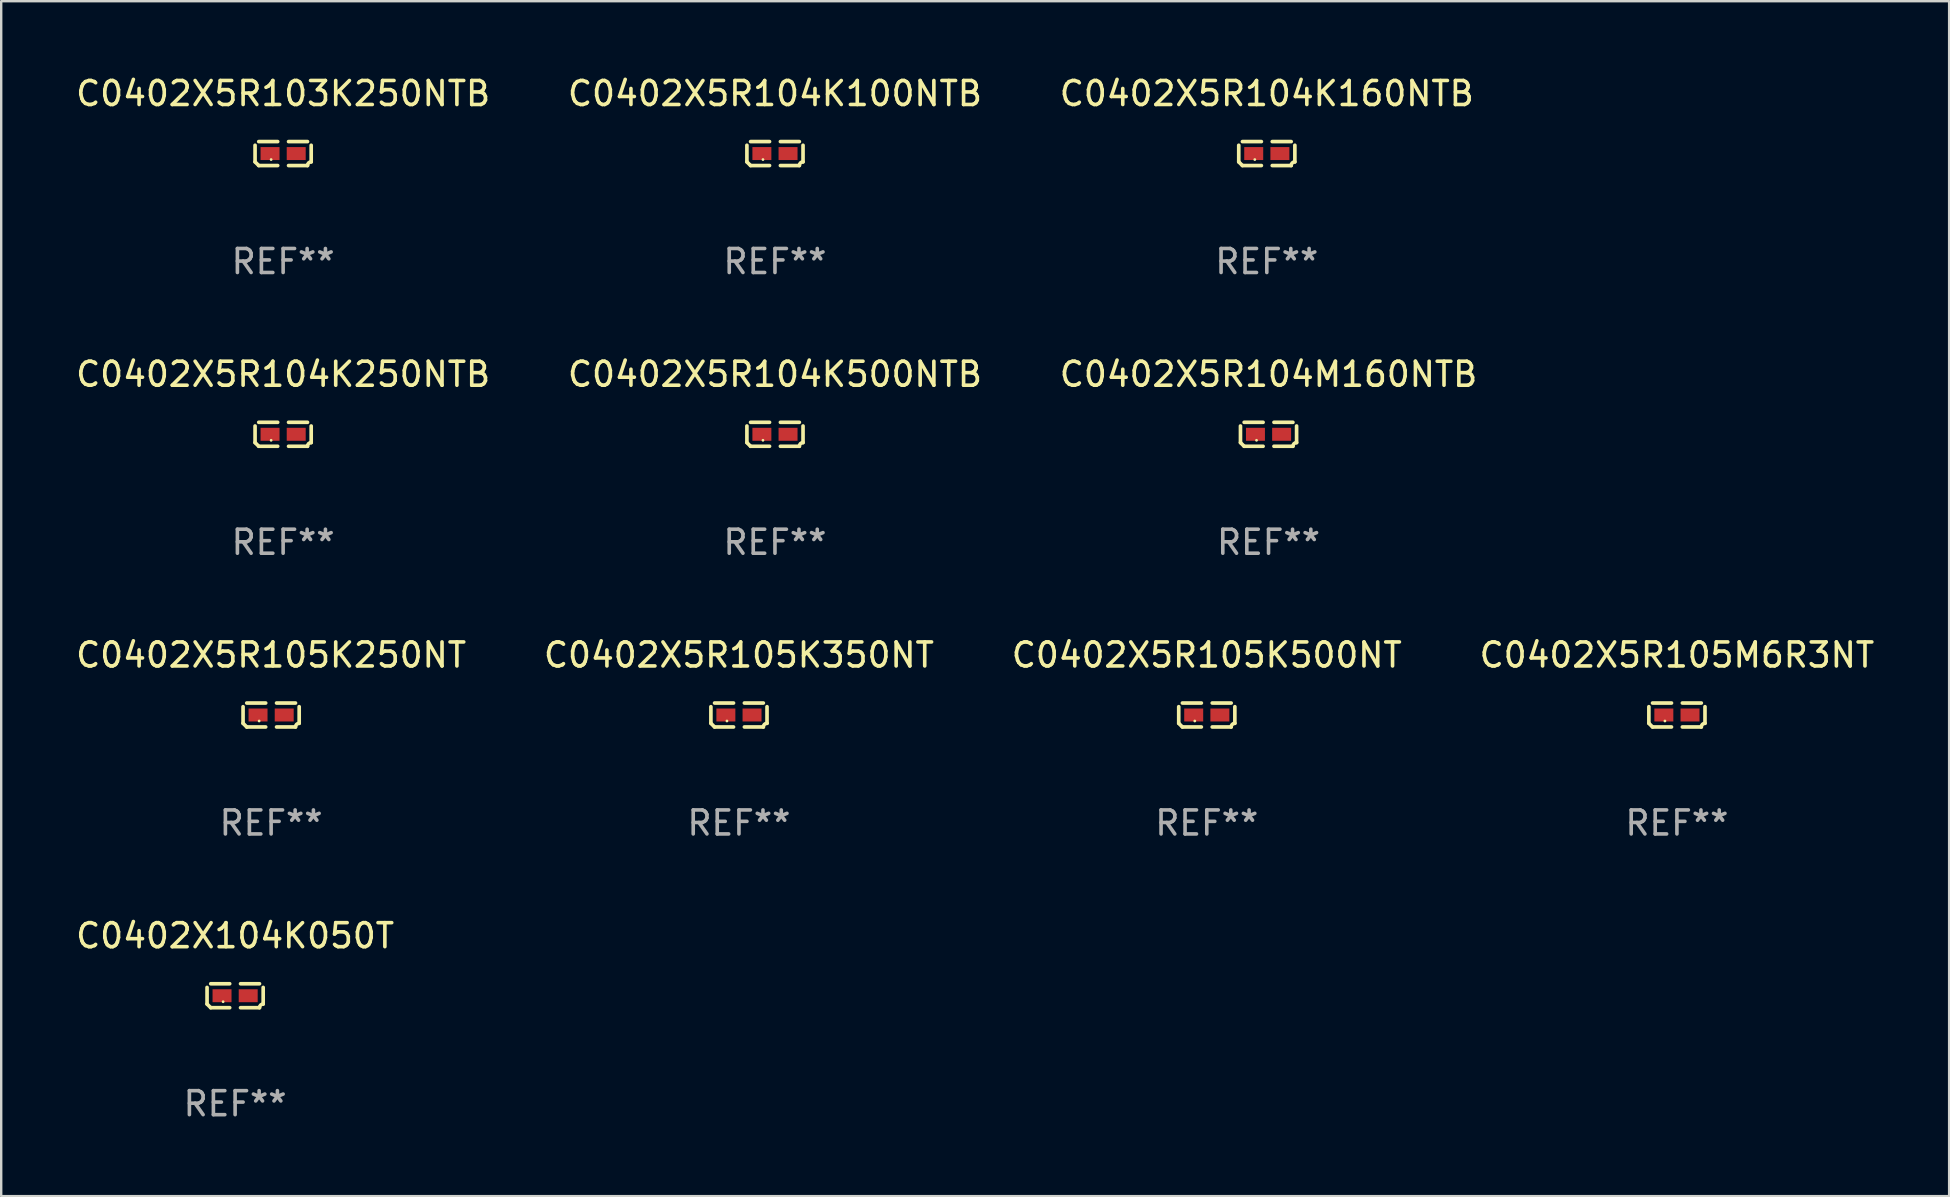
<source format=kicad_pcb>
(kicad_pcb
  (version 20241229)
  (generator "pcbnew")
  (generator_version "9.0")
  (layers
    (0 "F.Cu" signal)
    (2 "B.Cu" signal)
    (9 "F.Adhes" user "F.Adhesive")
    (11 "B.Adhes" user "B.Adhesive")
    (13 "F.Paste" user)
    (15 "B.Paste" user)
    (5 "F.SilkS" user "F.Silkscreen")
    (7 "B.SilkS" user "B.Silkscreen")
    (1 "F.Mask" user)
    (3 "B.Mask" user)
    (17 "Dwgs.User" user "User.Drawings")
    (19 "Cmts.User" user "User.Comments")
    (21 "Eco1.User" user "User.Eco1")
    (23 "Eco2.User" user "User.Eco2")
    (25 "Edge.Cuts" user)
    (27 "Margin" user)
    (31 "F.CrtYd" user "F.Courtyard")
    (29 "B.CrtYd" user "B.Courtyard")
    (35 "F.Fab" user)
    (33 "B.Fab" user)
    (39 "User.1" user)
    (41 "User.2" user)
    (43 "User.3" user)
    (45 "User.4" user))
  (footprint "C0402X104K050T"
    (layer "F.Cu")
    (at 6.744 38.428)
    (property "Reference" "C0402X104K050T" (at 0 -2.499 0) (layer "F.SilkS") (effects (font (size 1 1) (thickness 0.15))))
    (attr through_hole)
    (fp_line (start -1.169 0.346) (end -1.169 -0.346) (stroke (width 0.152) (type solid)) (layer "F.SilkS"))
    (fp_line (start -1.016 -0.499) (end -0.226 -0.499) (stroke (width 0.152) (type solid)) (layer "F.SilkS"))
    (fp_line (start -0.226 0.499) (end -1.016 0.499) (stroke (width 0.152) (type solid)) (layer "F.SilkS"))
    (fp_line (start 0.226 0.499) (end 1.016 0.499) (stroke (width 0.152) (type solid)) (layer "F.SilkS"))
    (fp_line (start 1.016 -0.499) (end 0.226 -0.499) (stroke (width 0.152) (type solid)) (layer "F.SilkS"))
    (fp_line (start 1.169 0.346) (end 1.169 -0.346) (stroke (width 0.152) (type solid)) (layer "F.SilkS"))
    (fp_arc (start -1.016307 0.498603) (mid -1.092512 0.422405) (end -1.16871 0.3462) (stroke (width 0.1524) (type solid)) (layer "F.SilkS"))
    (fp_arc (start 1.016307 0.498603) (mid 1.060899 0.390758) (end 1.168707 0.346076) (stroke (width 0.1524) (type solid)) (layer "F.SilkS"))
    (fp_circle (center -0.5 0.25) (end -0.47 0.25) (stroke (width 0.06) (type solid)) (fill no) (layer "F.SilkS"))
    (fp_text user "REF**" (at 0 4.499 0) (layer "F.Fab") (effects (font (size 1 1) (thickness 0.15))))
    (pad "1" smd rect (at -0.545 0) (size 0.79 0.54) (layers "F.Cu" "F.Mask" "F.Paste"))
    (pad "2" smd rect (at 0.545 0) (size 0.79 0.54) (layers "F.Cu" "F.Mask" "F.Paste")))
  (footprint "C0402X5R104K100NTB"
    (layer "F.Cu")
    (at 29.232 3.347)
    (property "Reference" "C0402X5R104K100NTB" (at 0 -2.499 0) (layer "F.SilkS") (effects (font (size 1 1) (thickness 0.15))))
    (attr through_hole)
    (fp_line (start -1.169 0.346) (end -1.169 -0.346) (stroke (width 0.152) (type solid)) (layer "F.SilkS"))
    (fp_line (start -1.016 -0.499) (end -0.226 -0.499) (stroke (width 0.152) (type solid)) (layer "F.SilkS"))
    (fp_line (start -0.226 0.499) (end -1.016 0.499) (stroke (width 0.152) (type solid)) (layer "F.SilkS"))
    (fp_line (start 0.226 0.499) (end 1.016 0.499) (stroke (width 0.152) (type solid)) (layer "F.SilkS"))
    (fp_line (start 1.016 -0.499) (end 0.226 -0.499) (stroke (width 0.152) (type solid)) (layer "F.SilkS"))
    (fp_line (start 1.169 0.346) (end 1.169 -0.346) (stroke (width 0.152) (type solid)) (layer "F.SilkS"))
    (fp_arc (start -1.016307 0.498603) (mid -1.092512 0.422405) (end -1.16871 0.3462) (stroke (width 0.1524) (type solid)) (layer "F.SilkS"))
    (fp_arc (start 1.016307 0.498603) (mid 1.060899 0.390758) (end 1.168707 0.346076) (stroke (width 0.1524) (type solid)) (layer "F.SilkS"))
    (fp_circle (center -0.5 0.25) (end -0.47 0.25) (stroke (width 0.06) (type solid)) (fill no) (layer "F.SilkS"))
    (fp_text user "REF**" (at 0 4.499 0) (layer "F.Fab") (effects (font (size 1 1) (thickness 0.15))))
    (pad "1" smd rect (at -0.545 0) (size 0.79 0.54) (layers "F.Cu" "F.Mask" "F.Paste"))
    (pad "2" smd rect (at 0.545 0) (size 0.79 0.54) (layers "F.Cu" "F.Mask" "F.Paste")))
  (footprint "C0402X5R105K500NT"
    (layer "F.Cu")
    (at 47.22 26.734)
    (property "Reference" "C0402X5R105K500NT" (at 0 -2.499 0) (layer "F.SilkS") (effects (font (size 1 1) (thickness 0.15))))
    (attr through_hole)
    (fp_line (start -1.169 0.346) (end -1.169 -0.346) (stroke (width 0.152) (type solid)) (layer "F.SilkS"))
    (fp_line (start -1.016 -0.499) (end -0.226 -0.499) (stroke (width 0.152) (type solid)) (layer "F.SilkS"))
    (fp_line (start -0.226 0.499) (end -1.016 0.499) (stroke (width 0.152) (type solid)) (layer "F.SilkS"))
    (fp_line (start 0.226 0.499) (end 1.016 0.499) (stroke (width 0.152) (type solid)) (layer "F.SilkS"))
    (fp_line (start 1.016 -0.499) (end 0.226 -0.499) (stroke (width 0.152) (type solid)) (layer "F.SilkS"))
    (fp_line (start 1.169 0.346) (end 1.169 -0.346) (stroke (width 0.152) (type solid)) (layer "F.SilkS"))
    (fp_arc (start -1.016307 0.498603) (mid -1.092512 0.422405) (end -1.16871 0.3462) (stroke (width 0.1524) (type solid)) (layer "F.SilkS"))
    (fp_arc (start 1.016307 0.498603) (mid 1.060899 0.390758) (end 1.168707 0.346076) (stroke (width 0.1524) (type solid)) (layer "F.SilkS"))
    (fp_circle (center -0.5 0.25) (end -0.47 0.25) (stroke (width 0.06) (type solid)) (fill no) (layer "F.SilkS"))
    (fp_text user "REF**" (at 0 4.499 0) (layer "F.Fab") (effects (font (size 1 1) (thickness 0.15))))
    (pad "1" smd rect (at -0.545 0) (size 0.79 0.54) (layers "F.Cu" "F.Mask" "F.Paste"))
    (pad "2" smd rect (at 0.545 0) (size 0.79 0.54) (layers "F.Cu" "F.Mask" "F.Paste")))
  (footprint "C0402X5R103K250NTB"
    (layer "F.Cu")
    (at 8.744 3.347)
    (property "Reference" "C0402X5R103K250NTB" (at 0 -2.499 0) (layer "F.SilkS") (effects (font (size 1 1) (thickness 0.15))))
    (attr through_hole)
    (fp_line (start -1.169 0.346) (end -1.169 -0.346) (stroke (width 0.152) (type solid)) (layer "F.SilkS"))
    (fp_line (start -1.016 -0.499) (end -0.226 -0.499) (stroke (width 0.152) (type solid)) (layer "F.SilkS"))
    (fp_line (start -0.226 0.499) (end -1.016 0.499) (stroke (width 0.152) (type solid)) (layer "F.SilkS"))
    (fp_line (start 0.226 0.499) (end 1.016 0.499) (stroke (width 0.152) (type solid)) (layer "F.SilkS"))
    (fp_line (start 1.016 -0.499) (end 0.226 -0.499) (stroke (width 0.152) (type solid)) (layer "F.SilkS"))
    (fp_line (start 1.169 0.346) (end 1.169 -0.346) (stroke (width 0.152) (type solid)) (layer "F.SilkS"))
    (fp_arc (start -1.016307 0.498603) (mid -1.092512 0.422405) (end -1.16871 0.3462) (stroke (width 0.1524) (type solid)) (layer "F.SilkS"))
    (fp_arc (start 1.016307 0.498603) (mid 1.060899 0.390758) (end 1.168707 0.346076) (stroke (width 0.1524) (type solid)) (layer "F.SilkS"))
    (fp_circle (center -0.5 0.25) (end -0.47 0.25) (stroke (width 0.06) (type solid)) (fill no) (layer "F.SilkS"))
    (fp_text user "REF**" (at 0 4.499 0) (layer "F.Fab") (effects (font (size 1 1) (thickness 0.15))))
    (pad "1" smd rect (at -0.545 0) (size 0.79 0.54) (layers "F.Cu" "F.Mask" "F.Paste"))
    (pad "2" smd rect (at 0.545 0) (size 0.79 0.54) (layers "F.Cu" "F.Mask" "F.Paste")))
  (footprint "C0402X5R104K160NTB"
    (layer "F.Cu")
    (at 49.72 3.347)
    (property "Reference" "C0402X5R104K160NTB" (at 0 -2.499 0) (layer "F.SilkS") (effects (font (size 1 1) (thickness 0.15))))
    (attr through_hole)
    (fp_line (start -1.169 0.346) (end -1.169 -0.346) (stroke (width 0.152) (type solid)) (layer "F.SilkS"))
    (fp_line (start -1.016 -0.499) (end -0.226 -0.499) (stroke (width 0.152) (type solid)) (layer "F.SilkS"))
    (fp_line (start -0.226 0.499) (end -1.016 0.499) (stroke (width 0.152) (type solid)) (layer "F.SilkS"))
    (fp_line (start 0.226 0.499) (end 1.016 0.499) (stroke (width 0.152) (type solid)) (layer "F.SilkS"))
    (fp_line (start 1.016 -0.499) (end 0.226 -0.499) (stroke (width 0.152) (type solid)) (layer "F.SilkS"))
    (fp_line (start 1.169 0.346) (end 1.169 -0.346) (stroke (width 0.152) (type solid)) (layer "F.SilkS"))
    (fp_arc (start -1.016307 0.498603) (mid -1.092512 0.422405) (end -1.16871 0.3462) (stroke (width 0.1524) (type solid)) (layer "F.SilkS"))
    (fp_arc (start 1.016307 0.498603) (mid 1.060899 0.390758) (end 1.168707 0.346076) (stroke (width 0.1524) (type solid)) (layer "F.SilkS"))
    (fp_circle (center -0.5 0.25) (end -0.47 0.25) (stroke (width 0.06) (type solid)) (fill no) (layer "F.SilkS"))
    (fp_text user "REF**" (at 0 4.499 0) (layer "F.Fab") (effects (font (size 1 1) (thickness 0.15))))
    (pad "1" smd rect (at -0.545 0) (size 0.79 0.54) (layers "F.Cu" "F.Mask" "F.Paste"))
    (pad "2" smd rect (at 0.545 0) (size 0.79 0.54) (layers "F.Cu" "F.Mask" "F.Paste")))
  (footprint "C0402X5R105K250NT"
    (layer "F.Cu")
    (at 8.244 26.734)
    (property "Reference" "C0402X5R105K250NT" (at 0 -2.499 0) (layer "F.SilkS") (effects (font (size 1 1) (thickness 0.15))))
    (attr through_hole)
    (fp_line (start -1.169 0.346) (end -1.169 -0.346) (stroke (width 0.152) (type solid)) (layer "F.SilkS"))
    (fp_line (start -1.016 -0.499) (end -0.226 -0.499) (stroke (width 0.152) (type solid)) (layer "F.SilkS"))
    (fp_line (start -0.226 0.499) (end -1.016 0.499) (stroke (width 0.152) (type solid)) (layer "F.SilkS"))
    (fp_line (start 0.226 0.499) (end 1.016 0.499) (stroke (width 0.152) (type solid)) (layer "F.SilkS"))
    (fp_line (start 1.016 -0.499) (end 0.226 -0.499) (stroke (width 0.152) (type solid)) (layer "F.SilkS"))
    (fp_line (start 1.169 0.346) (end 1.169 -0.346) (stroke (width 0.152) (type solid)) (layer "F.SilkS"))
    (fp_arc (start -1.016307 0.498603) (mid -1.092512 0.422405) (end -1.16871 0.3462) (stroke (width 0.1524) (type solid)) (layer "F.SilkS"))
    (fp_arc (start 1.016307 0.498603) (mid 1.060899 0.390758) (end 1.168707 0.346076) (stroke (width 0.1524) (type solid)) (layer "F.SilkS"))
    (fp_circle (center -0.5 0.25) (end -0.47 0.25) (stroke (width 0.06) (type solid)) (fill no) (layer "F.SilkS"))
    (fp_text user "REF**" (at 0 4.499 0) (layer "F.Fab") (effects (font (size 1 1) (thickness 0.15))))
    (pad "1" smd rect (at -0.545 0) (size 0.79 0.54) (layers "F.Cu" "F.Mask" "F.Paste"))
    (pad "2" smd rect (at 0.545 0) (size 0.79 0.54) (layers "F.Cu" "F.Mask" "F.Paste")))
  (footprint "C0402X5R104K500NTB"
    (layer "F.Cu")
    (at 29.232 15.041)
    (property "Reference" "C0402X5R104K500NTB" (at 0 -2.499 0) (layer "F.SilkS") (effects (font (size 1 1) (thickness 0.15))))
    (attr through_hole)
    (fp_line (start -1.169 0.346) (end -1.169 -0.346) (stroke (width 0.152) (type solid)) (layer "F.SilkS"))
    (fp_line (start -1.016 -0.499) (end -0.226 -0.499) (stroke (width 0.152) (type solid)) (layer "F.SilkS"))
    (fp_line (start -0.226 0.499) (end -1.016 0.499) (stroke (width 0.152) (type solid)) (layer "F.SilkS"))
    (fp_line (start 0.226 0.499) (end 1.016 0.499) (stroke (width 0.152) (type solid)) (layer "F.SilkS"))
    (fp_line (start 1.016 -0.499) (end 0.226 -0.499) (stroke (width 0.152) (type solid)) (layer "F.SilkS"))
    (fp_line (start 1.169 0.346) (end 1.169 -0.346) (stroke (width 0.152) (type solid)) (layer "F.SilkS"))
    (fp_arc (start -1.016307 0.498603) (mid -1.092512 0.422405) (end -1.16871 0.3462) (stroke (width 0.1524) (type solid)) (layer "F.SilkS"))
    (fp_arc (start 1.016307 0.498603) (mid 1.060899 0.390758) (end 1.168707 0.346076) (stroke (width 0.1524) (type solid)) (layer "F.SilkS"))
    (fp_circle (center -0.5 0.25) (end -0.47 0.25) (stroke (width 0.06) (type solid)) (fill no) (layer "F.SilkS"))
    (fp_text user "REF**" (at 0 4.499 0) (layer "F.Fab") (effects (font (size 1 1) (thickness 0.15))))
    (pad "1" smd rect (at -0.545 0) (size 0.79 0.54) (layers "F.Cu" "F.Mask" "F.Paste"))
    (pad "2" smd rect (at 0.545 0) (size 0.79 0.54) (layers "F.Cu" "F.Mask" "F.Paste")))
  (footprint "C0402X5R105K350NT"
    (layer "F.Cu")
    (at 27.732 26.734)
    (property "Reference" "C0402X5R105K350NT" (at 0 -2.499 0) (layer "F.SilkS") (effects (font (size 1 1) (thickness 0.15))))
    (attr through_hole)
    (fp_line (start -1.169 0.346) (end -1.169 -0.346) (stroke (width 0.152) (type solid)) (layer "F.SilkS"))
    (fp_line (start -1.016 -0.499) (end -0.226 -0.499) (stroke (width 0.152) (type solid)) (layer "F.SilkS"))
    (fp_line (start -0.226 0.499) (end -1.016 0.499) (stroke (width 0.152) (type solid)) (layer "F.SilkS"))
    (fp_line (start 0.226 0.499) (end 1.016 0.499) (stroke (width 0.152) (type solid)) (layer "F.SilkS"))
    (fp_line (start 1.016 -0.499) (end 0.226 -0.499) (stroke (width 0.152) (type solid)) (layer "F.SilkS"))
    (fp_line (start 1.169 0.346) (end 1.169 -0.346) (stroke (width 0.152) (type solid)) (layer "F.SilkS"))
    (fp_arc (start -1.016307 0.498603) (mid -1.092512 0.422405) (end -1.16871 0.3462) (stroke (width 0.1524) (type solid)) (layer "F.SilkS"))
    (fp_arc (start 1.016307 0.498603) (mid 1.060899 0.390758) (end 1.168707 0.346076) (stroke (width 0.1524) (type solid)) (layer "F.SilkS"))
    (fp_circle (center -0.5 0.25) (end -0.47 0.25) (stroke (width 0.06) (type solid)) (fill no) (layer "F.SilkS"))
    (fp_text user "REF**" (at 0 4.499 0) (layer "F.Fab") (effects (font (size 1 1) (thickness 0.15))))
    (pad "1" smd rect (at -0.545 0) (size 0.79 0.54) (layers "F.Cu" "F.Mask" "F.Paste"))
    (pad "2" smd rect (at 0.545 0) (size 0.79 0.54) (layers "F.Cu" "F.Mask" "F.Paste")))
  (footprint "C0402X5R105M6R3NT"
    (layer "F.Cu")
    (at 66.804 26.734)
    (property "Reference" "C0402X5R105M6R3NT" (at 0 -2.499 0) (layer "F.SilkS") (effects (font (size 1 1) (thickness 0.15))))
    (attr through_hole)
    (fp_line (start -1.169 0.346) (end -1.169 -0.346) (stroke (width 0.152) (type solid)) (layer "F.SilkS"))
    (fp_line (start -1.016 -0.499) (end -0.226 -0.499) (stroke (width 0.152) (type solid)) (layer "F.SilkS"))
    (fp_line (start -0.226 0.499) (end -1.016 0.499) (stroke (width 0.152) (type solid)) (layer "F.SilkS"))
    (fp_line (start 0.226 0.499) (end 1.016 0.499) (stroke (width 0.152) (type solid)) (layer "F.SilkS"))
    (fp_line (start 1.016 -0.499) (end 0.226 -0.499) (stroke (width 0.152) (type solid)) (layer "F.SilkS"))
    (fp_line (start 1.169 0.346) (end 1.169 -0.346) (stroke (width 0.152) (type solid)) (layer "F.SilkS"))
    (fp_arc (start -1.016307 0.498603) (mid -1.092512 0.422405) (end -1.16871 0.3462) (stroke (width 0.1524) (type solid)) (layer "F.SilkS"))
    (fp_arc (start 1.016307 0.498603) (mid 1.060899 0.390758) (end 1.168707 0.346076) (stroke (width 0.1524) (type solid)) (layer "F.SilkS"))
    (fp_circle (center -0.5 0.25) (end -0.47 0.25) (stroke (width 0.06) (type solid)) (fill no) (layer "F.SilkS"))
    (fp_text user "REF**" (at 0 4.499 0) (layer "F.Fab") (effects (font (size 1 1) (thickness 0.15))))
    (pad "1" smd rect (at -0.545 0) (size 0.79 0.54) (layers "F.Cu" "F.Mask" "F.Paste"))
    (pad "2" smd rect (at 0.545 0) (size 0.79 0.54) (layers "F.Cu" "F.Mask" "F.Paste")))
  (footprint "C0402X5R104M160NTB"
    (layer "F.Cu")
    (at 49.792 15.041)
    (property "Reference" "C0402X5R104M160NTB" (at 0 -2.499 0) (layer "F.SilkS") (effects (font (size 1 1) (thickness 0.15))))
    (attr through_hole)
    (fp_line (start -1.169 0.346) (end -1.169 -0.346) (stroke (width 0.152) (type solid)) (layer "F.SilkS"))
    (fp_line (start -1.016 -0.499) (end -0.226 -0.499) (stroke (width 0.152) (type solid)) (layer "F.SilkS"))
    (fp_line (start -0.226 0.499) (end -1.016 0.499) (stroke (width 0.152) (type solid)) (layer "F.SilkS"))
    (fp_line (start 0.226 0.499) (end 1.016 0.499) (stroke (width 0.152) (type solid)) (layer "F.SilkS"))
    (fp_line (start 1.016 -0.499) (end 0.226 -0.499) (stroke (width 0.152) (type solid)) (layer "F.SilkS"))
    (fp_line (start 1.169 0.346) (end 1.169 -0.346) (stroke (width 0.152) (type solid)) (layer "F.SilkS"))
    (fp_arc (start -1.016307 0.498603) (mid -1.092512 0.422405) (end -1.16871 0.3462) (stroke (width 0.1524) (type solid)) (layer "F.SilkS"))
    (fp_arc (start 1.016307 0.498603) (mid 1.060899 0.390758) (end 1.168707 0.346076) (stroke (width 0.1524) (type solid)) (layer "F.SilkS"))
    (fp_circle (center -0.5 0.25) (end -0.47 0.25) (stroke (width 0.06) (type solid)) (fill no) (layer "F.SilkS"))
    (fp_text user "REF**" (at 0 4.499 0) (layer "F.Fab") (effects (font (size 1 1) (thickness 0.15))))
    (pad "1" smd rect (at -0.545 0) (size 0.79 0.54) (layers "F.Cu" "F.Mask" "F.Paste"))
    (pad "2" smd rect (at 0.545 0) (size 0.79 0.54) (layers "F.Cu" "F.Mask" "F.Paste")))
  (footprint "C0402X5R104K250NTB"
    (layer "F.Cu")
    (at 8.744 15.041)
    (property "Reference" "C0402X5R104K250NTB" (at 0 -2.499 0) (layer "F.SilkS") (effects (font (size 1 1) (thickness 0.15))))
    (attr through_hole)
    (fp_line (start -1.169 0.346) (end -1.169 -0.346) (stroke (width 0.152) (type solid)) (layer "F.SilkS"))
    (fp_line (start -1.016 -0.499) (end -0.226 -0.499) (stroke (width 0.152) (type solid)) (layer "F.SilkS"))
    (fp_line (start -0.226 0.499) (end -1.016 0.499) (stroke (width 0.152) (type solid)) (layer "F.SilkS"))
    (fp_line (start 0.226 0.499) (end 1.016 0.499) (stroke (width 0.152) (type solid)) (layer "F.SilkS"))
    (fp_line (start 1.016 -0.499) (end 0.226 -0.499) (stroke (width 0.152) (type solid)) (layer "F.SilkS"))
    (fp_line (start 1.169 0.346) (end 1.169 -0.346) (stroke (width 0.152) (type solid)) (layer "F.SilkS"))
    (fp_arc (start -1.016307 0.498603) (mid -1.092512 0.422405) (end -1.16871 0.3462) (stroke (width 0.1524) (type solid)) (layer "F.SilkS"))
    (fp_arc (start 1.016307 0.498603) (mid 1.060899 0.390758) (end 1.168707 0.346076) (stroke (width 0.1524) (type solid)) (layer "F.SilkS"))
    (fp_circle (center -0.5 0.25) (end -0.47 0.25) (stroke (width 0.06) (type solid)) (fill no) (layer "F.SilkS"))
    (fp_text user "REF**" (at 0 4.499 0) (layer "F.Fab") (effects (font (size 1 1) (thickness 0.15))))
    (pad "1" smd rect (at -0.545 0) (size 0.79 0.54) (layers "F.Cu" "F.Mask" "F.Paste"))
    (pad "2" smd rect (at 0.545 0) (size 0.79 0.54) (layers "F.Cu" "F.Mask" "F.Paste")))
  (gr_rect
    (start -3 -3)
    (end 78.143 46.775)
    (stroke (width 0.1) (type default))
    (fill no)
    (layer "Edge.Cuts")))
</source>
